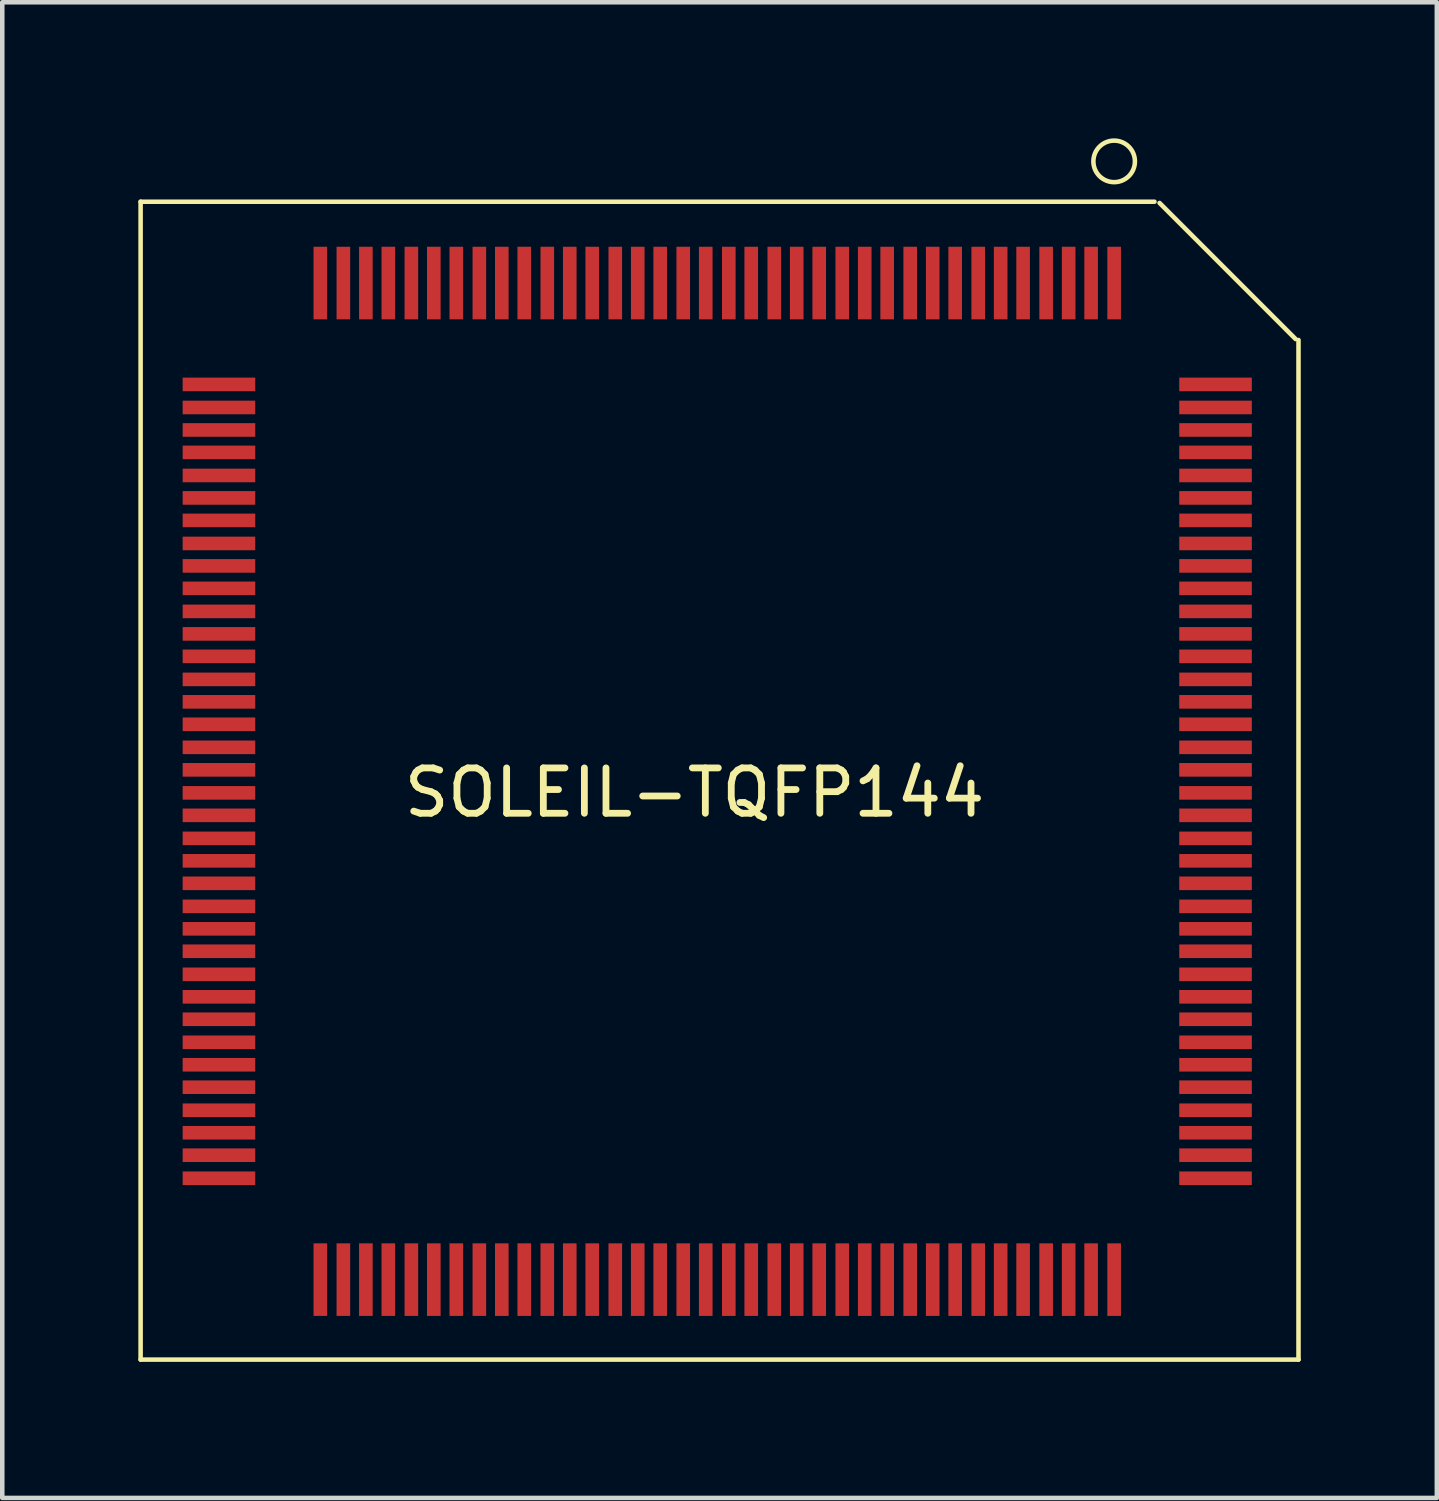
<source format=kicad_pcb>
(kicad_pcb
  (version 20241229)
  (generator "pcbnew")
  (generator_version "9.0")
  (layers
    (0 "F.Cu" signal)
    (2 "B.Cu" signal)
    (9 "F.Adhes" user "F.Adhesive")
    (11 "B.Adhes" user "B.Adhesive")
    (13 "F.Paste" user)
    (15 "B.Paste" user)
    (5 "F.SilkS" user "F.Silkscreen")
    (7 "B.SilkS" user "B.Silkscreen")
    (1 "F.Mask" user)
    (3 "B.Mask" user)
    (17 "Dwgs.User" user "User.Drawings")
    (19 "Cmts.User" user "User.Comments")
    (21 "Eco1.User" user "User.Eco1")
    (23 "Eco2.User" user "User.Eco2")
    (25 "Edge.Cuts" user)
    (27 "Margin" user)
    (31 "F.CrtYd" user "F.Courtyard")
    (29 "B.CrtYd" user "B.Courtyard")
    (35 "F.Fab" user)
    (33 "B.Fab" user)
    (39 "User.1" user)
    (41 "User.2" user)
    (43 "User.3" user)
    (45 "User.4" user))
  (footprint "SOLEIL-TQFP144"
    (layer "F.Cu")
    (at 21.513 3.175)
    (property "Reference" "SOLEIL-TQFP144" (at -9.251 11.25 0) (layer "F.SilkS") (effects (font (size 1 1) (thickness 0.15))))
    (attr smd)
    (fp_line (start -21.463 -1.778) (end -21.463 23.749) (stroke (width 0.1) (type solid)) (layer "F.SilkS"))
    (fp_line (start -21.463 -1.778) (end 0.889 -1.778) (stroke (width 0.1) (type solid)) (layer "F.SilkS"))
    (fp_line (start 4 1.25) (end 1.001 -1.75) (stroke (width 0.1) (type solid)) (layer "F.SilkS"))
    (fp_line (start 4.064 1.27) (end 4.064 23.749) (stroke (width 0.1) (type solid)) (layer "F.SilkS"))
    (fp_line (start 4.064 23.749) (end -21.463 23.749) (stroke (width 0.1) (type solid)) (layer "F.SilkS"))
    (fp_circle (center 0 -2.667) (end -0.381 -2.921) (stroke (width 0.1) (type solid)) (fill no) (layer "F.SilkS"))
    (pad "1" smd rect (at 0 0.015) (size 0.3 1.6) (layers "F.Cu" "F.Mask" "F.Paste"))
    (pad "2" smd rect (at -0.508 0.015) (size 0.3 1.6) (layers "F.Cu" "F.Mask" "F.Paste"))
    (pad "3" smd rect (at -1.003 0.015) (size 0.3 1.6) (layers "F.Cu" "F.Mask" "F.Paste"))
    (pad "4" smd rect (at -1.499 0.015) (size 0.3 1.6) (layers "F.Cu" "F.Mask" "F.Paste"))
    (pad "5" smd rect (at -2.007 0.015) (size 0.3 1.6) (layers "F.Cu" "F.Mask" "F.Paste"))
    (pad "6" smd rect (at -2.502 0.015) (size 0.3 1.6) (layers "F.Cu" "F.Mask" "F.Paste"))
    (pad "7" smd rect (at -2.997 0.015) (size 0.3 1.6) (layers "F.Cu" "F.Mask" "F.Paste"))
    (pad "8" smd rect (at -3.505 0.015) (size 0.3 1.6) (layers "F.Cu" "F.Mask" "F.Paste"))
    (pad "9" smd rect (at -4 0.015) (size 0.3 1.6) (layers "F.Cu" "F.Mask" "F.Paste"))
    (pad "10" smd rect (at -4.496 0.015) (size 0.3 1.6) (layers "F.Cu" "F.Mask" "F.Paste"))
    (pad "11" smd rect (at -5.004 0.015) (size 0.3 1.6) (layers "F.Cu" "F.Mask" "F.Paste"))
    (pad "12" smd rect (at -5.499 0.015) (size 0.3 1.6) (layers "F.Cu" "F.Mask" "F.Paste"))
    (pad "13" smd rect (at -5.994 0.015) (size 0.3 1.6) (layers "F.Cu" "F.Mask" "F.Paste"))
    (pad "14" smd rect (at -6.502 0.015) (size 0.3 1.6) (layers "F.Cu" "F.Mask" "F.Paste"))
    (pad "15" smd rect (at -6.998 0.015) (size 0.3 1.6) (layers "F.Cu" "F.Mask" "F.Paste"))
    (pad "16" smd rect (at -7.493 0.015) (size 0.3 1.6) (layers "F.Cu" "F.Mask" "F.Paste"))
    (pad "17" smd rect (at -8.001 0.015) (size 0.3 1.6) (layers "F.Cu" "F.Mask" "F.Paste"))
    (pad "18" smd rect (at -8.496 0.015) (size 0.3 1.6) (layers "F.Cu" "F.Mask" "F.Paste"))
    (pad "19" smd rect (at -9.004 0.015) (size 0.3 1.6) (layers "F.Cu" "F.Mask" "F.Paste"))
    (pad "20" smd rect (at -9.5 0.015) (size 0.3 1.6) (layers "F.Cu" "F.Mask" "F.Paste"))
    (pad "21" smd rect (at -10.008 0.015) (size 0.3 1.6) (layers "F.Cu" "F.Mask" "F.Paste"))
    (pad "22" smd rect (at -10.503 0.015) (size 0.3 1.6) (layers "F.Cu" "F.Mask" "F.Paste"))
    (pad "23" smd rect (at -10.998 0.015) (size 0.3 1.6) (layers "F.Cu" "F.Mask" "F.Paste"))
    (pad "24" smd rect (at -11.506 0.015) (size 0.3 1.6) (layers "F.Cu" "F.Mask" "F.Paste"))
    (pad "25" smd rect (at -12.002 0.015) (size 0.3 1.6) (layers "F.Cu" "F.Mask" "F.Paste"))
    (pad "26" smd rect (at -12.497 0.015) (size 0.3 1.6) (layers "F.Cu" "F.Mask" "F.Paste"))
    (pad "27" smd rect (at -13.005 0.015) (size 0.3 1.6) (layers "F.Cu" "F.Mask" "F.Paste"))
    (pad "28" smd rect (at -13.5 0.015) (size 0.3 1.6) (layers "F.Cu" "F.Mask" "F.Paste"))
    (pad "29" smd rect (at -13.995 0.015) (size 0.3 1.6) (layers "F.Cu" "F.Mask" "F.Paste"))
    (pad "30" smd rect (at -14.503 0.015) (size 0.3 1.6) (layers "F.Cu" "F.Mask" "F.Paste"))
    (pad "31" smd rect (at -14.999 0.015) (size 0.3 1.6) (layers "F.Cu" "F.Mask" "F.Paste"))
    (pad "32" smd rect (at -15.494 0.015) (size 0.3 1.6) (layers "F.Cu" "F.Mask" "F.Paste"))
    (pad "33" smd rect (at -16.002 0.015) (size 0.3 1.6) (layers "F.Cu" "F.Mask" "F.Paste"))
    (pad "34" smd rect (at -16.497 0.015) (size 0.3 1.6) (layers "F.Cu" "F.Mask" "F.Paste"))
    (pad "35" smd rect (at -16.993 0.015) (size 0.3 1.6) (layers "F.Cu" "F.Mask" "F.Paste"))
    (pad "36" smd rect (at -17.501 0.015) (size 0.3 1.6) (layers "F.Cu" "F.Mask" "F.Paste"))
    (pad "37" smd rect (at -19.736 2.25) (size 1.6 0.3) (layers "F.Cu" "F.Mask" "F.Paste"))
    (pad "38" smd rect (at -19.736 2.758) (size 1.6 0.3) (layers "F.Cu" "F.Mask" "F.Paste"))
    (pad "39" smd rect (at -19.736 3.254) (size 1.6 0.3) (layers "F.Cu" "F.Mask" "F.Paste"))
    (pad "40" smd rect (at -19.736 3.749) (size 1.6 0.3) (layers "F.Cu" "F.Mask" "F.Paste"))
    (pad "41" smd rect (at -19.736 4.257) (size 1.6 0.3) (layers "F.Cu" "F.Mask" "F.Paste"))
    (pad "42" smd rect (at -19.736 4.752) (size 1.6 0.3) (layers "F.Cu" "F.Mask" "F.Paste"))
    (pad "43" smd rect (at -19.736 5.248) (size 1.6 0.3) (layers "F.Cu" "F.Mask" "F.Paste"))
    (pad "44" smd rect (at -19.736 5.756) (size 1.6 0.3) (layers "F.Cu" "F.Mask" "F.Paste"))
    (pad "45" smd rect (at -19.736 6.251) (size 1.6 0.3) (layers "F.Cu" "F.Mask" "F.Paste"))
    (pad "46" smd rect (at -19.736 6.746) (size 1.6 0.3) (layers "F.Cu" "F.Mask" "F.Paste"))
    (pad "47" smd rect (at -19.736 7.254) (size 1.6 0.3) (layers "F.Cu" "F.Mask" "F.Paste"))
    (pad "48" smd rect (at -19.736 7.75) (size 1.6 0.3) (layers "F.Cu" "F.Mask" "F.Paste"))
    (pad "49" smd rect (at -19.736 8.245) (size 1.6 0.3) (layers "F.Cu" "F.Mask" "F.Paste"))
    (pad "50" smd rect (at -19.736 8.753) (size 1.6 0.3) (layers "F.Cu" "F.Mask" "F.Paste"))
    (pad "51" smd rect (at -19.736 9.248) (size 1.6 0.3) (layers "F.Cu" "F.Mask" "F.Paste"))
    (pad "52" smd rect (at -19.736 9.743) (size 1.6 0.3) (layers "F.Cu" "F.Mask" "F.Paste"))
    (pad "53" smd rect (at -19.736 10.251) (size 1.6 0.3) (layers "F.Cu" "F.Mask" "F.Paste"))
    (pad "54" smd rect (at -19.736 10.747) (size 1.6 0.3) (layers "F.Cu" "F.Mask" "F.Paste"))
    (pad "55" smd rect (at -19.736 11.255) (size 1.6 0.3) (layers "F.Cu" "F.Mask" "F.Paste"))
    (pad "56" smd rect (at -19.736 11.75) (size 1.6 0.3) (layers "F.Cu" "F.Mask" "F.Paste"))
    (pad "57" smd rect (at -19.736 12.258) (size 1.6 0.3) (layers "F.Cu" "F.Mask" "F.Paste"))
    (pad "58" smd rect (at -19.736 12.753) (size 1.6 0.3) (layers "F.Cu" "F.Mask" "F.Paste"))
    (pad "59" smd rect (at -19.736 13.249) (size 1.6 0.3) (layers "F.Cu" "F.Mask" "F.Paste"))
    (pad "60" smd rect (at -19.736 13.757) (size 1.6 0.3) (layers "F.Cu" "F.Mask" "F.Paste"))
    (pad "61" smd rect (at -19.736 14.252) (size 1.6 0.3) (layers "F.Cu" "F.Mask" "F.Paste"))
    (pad "62" smd rect (at -19.736 14.747) (size 1.6 0.3) (layers "F.Cu" "F.Mask" "F.Paste"))
    (pad "63" smd rect (at -19.736 15.255) (size 1.6 0.3) (layers "F.Cu" "F.Mask" "F.Paste"))
    (pad "64" smd rect (at -19.736 15.751) (size 1.6 0.3) (layers "F.Cu" "F.Mask" "F.Paste"))
    (pad "65" smd rect (at -19.736 16.246) (size 1.6 0.3) (layers "F.Cu" "F.Mask" "F.Paste"))
    (pad "66" smd rect (at -19.736 16.754) (size 1.6 0.3) (layers "F.Cu" "F.Mask" "F.Paste"))
    (pad "67" smd rect (at -19.736 17.249) (size 1.6 0.3) (layers "F.Cu" "F.Mask" "F.Paste"))
    (pad "68" smd rect (at -19.736 17.744) (size 1.6 0.3) (layers "F.Cu" "F.Mask" "F.Paste"))
    (pad "69" smd rect (at -19.736 18.252) (size 1.6 0.3) (layers "F.Cu" "F.Mask" "F.Paste"))
    (pad "70" smd rect (at -19.736 18.748) (size 1.6 0.3) (layers "F.Cu" "F.Mask" "F.Paste"))
    (pad "71" smd rect (at -19.736 19.243) (size 1.6 0.3) (layers "F.Cu" "F.Mask" "F.Paste"))
    (pad "72" smd rect (at -19.736 19.751) (size 1.6 0.3) (layers "F.Cu" "F.Mask" "F.Paste"))
    (pad "73" smd rect (at -17.501 21.986) (size 0.3 1.6) (layers "F.Cu" "F.Mask" "F.Paste"))
    (pad "74" smd rect (at -16.993 21.986) (size 0.3 1.6) (layers "F.Cu" "F.Mask" "F.Paste"))
    (pad "75" smd rect (at -16.497 21.986) (size 0.3 1.6) (layers "F.Cu" "F.Mask" "F.Paste"))
    (pad "76" smd rect (at -16.002 21.986) (size 0.3 1.6) (layers "F.Cu" "F.Mask" "F.Paste"))
    (pad "77" smd rect (at -15.494 21.986) (size 0.3 1.6) (layers "F.Cu" "F.Mask" "F.Paste"))
    (pad "78" smd rect (at -14.999 21.986) (size 0.3 1.6) (layers "F.Cu" "F.Mask" "F.Paste"))
    (pad "79" smd rect (at -14.503 21.986) (size 0.3 1.6) (layers "F.Cu" "F.Mask" "F.Paste"))
    (pad "80" smd rect (at -13.995 21.986) (size 0.3 1.6) (layers "F.Cu" "F.Mask" "F.Paste"))
    (pad "81" smd rect (at -13.5 21.986) (size 0.3 1.6) (layers "F.Cu" "F.Mask" "F.Paste"))
    (pad "82" smd rect (at -13.005 21.986) (size 0.3 1.6) (layers "F.Cu" "F.Mask" "F.Paste"))
    (pad "83" smd rect (at -12.497 21.986) (size 0.3 1.6) (layers "F.Cu" "F.Mask" "F.Paste"))
    (pad "84" smd rect (at -12.002 21.986) (size 0.3 1.6) (layers "F.Cu" "F.Mask" "F.Paste"))
    (pad "85" smd rect (at -11.506 21.986) (size 0.3 1.6) (layers "F.Cu" "F.Mask" "F.Paste"))
    (pad "86" smd rect (at -10.998 21.986) (size 0.3 1.6) (layers "F.Cu" "F.Mask" "F.Paste"))
    (pad "87" smd rect (at -10.503 21.986) (size 0.3 1.6) (layers "F.Cu" "F.Mask" "F.Paste"))
    (pad "88" smd rect (at -10.008 21.986) (size 0.3 1.6) (layers "F.Cu" "F.Mask" "F.Paste"))
    (pad "89" smd rect (at -9.5 21.986) (size 0.3 1.6) (layers "F.Cu" "F.Mask" "F.Paste"))
    (pad "90" smd rect (at -9.004 21.986) (size 0.3 1.6) (layers "F.Cu" "F.Mask" "F.Paste"))
    (pad "91" smd rect (at -8.496 21.986) (size 0.3 1.6) (layers "F.Cu" "F.Mask" "F.Paste"))
    (pad "92" smd rect (at -8.001 21.986) (size 0.3 1.6) (layers "F.Cu" "F.Mask" "F.Paste"))
    (pad "93" smd rect (at -7.493 21.986) (size 0.3 1.6) (layers "F.Cu" "F.Mask" "F.Paste"))
    (pad "94" smd rect (at -6.998 21.986) (size 0.3 1.6) (layers "F.Cu" "F.Mask" "F.Paste"))
    (pad "95" smd rect (at -6.502 21.986) (size 0.3 1.6) (layers "F.Cu" "F.Mask" "F.Paste"))
    (pad "96" smd rect (at -5.994 21.986) (size 0.3 1.6) (layers "F.Cu" "F.Mask" "F.Paste"))
    (pad "97" smd rect (at -5.499 21.986) (size 0.3 1.6) (layers "F.Cu" "F.Mask" "F.Paste"))
    (pad "98" smd rect (at -5.004 21.986) (size 0.3 1.6) (layers "F.Cu" "F.Mask" "F.Paste"))
    (pad "99" smd rect (at -4.496 21.986) (size 0.3 1.6) (layers "F.Cu" "F.Mask" "F.Paste"))
    (pad "100" smd rect (at -4 21.986) (size 0.3 1.6) (layers "F.Cu" "F.Mask" "F.Paste"))
    (pad "101" smd rect (at -3.505 21.986) (size 0.3 1.6) (layers "F.Cu" "F.Mask" "F.Paste"))
    (pad "102" smd rect (at -2.997 21.986) (size 0.3 1.6) (layers "F.Cu" "F.Mask" "F.Paste"))
    (pad "103" smd rect (at -2.502 21.986) (size 0.3 1.6) (layers "F.Cu" "F.Mask" "F.Paste"))
    (pad "104" smd rect (at -2.007 21.986) (size 0.3 1.6) (layers "F.Cu" "F.Mask" "F.Paste"))
    (pad "105" smd rect (at -1.499 21.986) (size 0.3 1.6) (layers "F.Cu" "F.Mask" "F.Paste"))
    (pad "106" smd rect (at -1.003 21.986) (size 0.3 1.6) (layers "F.Cu" "F.Mask" "F.Paste"))
    (pad "107" smd rect (at -0.508 21.986) (size 0.3 1.6) (layers "F.Cu" "F.Mask" "F.Paste"))
    (pad "108" smd rect (at 0 21.986) (size 0.3 1.6) (layers "F.Cu" "F.Mask" "F.Paste"))
    (pad "109" smd rect (at 2.235 19.751) (size 1.6 0.3) (layers "F.Cu" "F.Mask" "F.Paste"))
    (pad "110" smd rect (at 2.235 19.243) (size 1.6 0.3) (layers "F.Cu" "F.Mask" "F.Paste"))
    (pad "111" smd rect (at 2.235 18.748) (size 1.6 0.3) (layers "F.Cu" "F.Mask" "F.Paste"))
    (pad "112" smd rect (at 2.235 18.252) (size 1.6 0.3) (layers "F.Cu" "F.Mask" "F.Paste"))
    (pad "113" smd rect (at 2.235 17.744) (size 1.6 0.3) (layers "F.Cu" "F.Mask" "F.Paste"))
    (pad "114" smd rect (at 2.235 17.249) (size 1.6 0.3) (layers "F.Cu" "F.Mask" "F.Paste"))
    (pad "115" smd rect (at 2.235 16.754) (size 1.6 0.3) (layers "F.Cu" "F.Mask" "F.Paste"))
    (pad "116" smd rect (at 2.235 16.246) (size 1.6 0.3) (layers "F.Cu" "F.Mask" "F.Paste"))
    (pad "117" smd rect (at 2.235 15.751) (size 1.6 0.3) (layers "F.Cu" "F.Mask" "F.Paste"))
    (pad "118" smd rect (at 2.235 15.255) (size 1.6 0.3) (layers "F.Cu" "F.Mask" "F.Paste"))
    (pad "119" smd rect (at 2.235 14.747) (size 1.6 0.3) (layers "F.Cu" "F.Mask" "F.Paste"))
    (pad "120" smd rect (at 2.235 14.252) (size 1.6 0.3) (layers "F.Cu" "F.Mask" "F.Paste"))
    (pad "121" smd rect (at 2.235 13.757) (size 1.6 0.3) (layers "F.Cu" "F.Mask" "F.Paste"))
    (pad "122" smd rect (at 2.235 13.249) (size 1.6 0.3) (layers "F.Cu" "F.Mask" "F.Paste"))
    (pad "123" smd rect (at 2.235 12.753) (size 1.6 0.3) (layers "F.Cu" "F.Mask" "F.Paste"))
    (pad "124" smd rect (at 2.235 12.258) (size 1.6 0.3) (layers "F.Cu" "F.Mask" "F.Paste"))
    (pad "125" smd rect (at 2.235 11.75) (size 1.6 0.3) (layers "F.Cu" "F.Mask" "F.Paste"))
    (pad "126" smd rect (at 2.235 11.255) (size 1.6 0.3) (layers "F.Cu" "F.Mask" "F.Paste"))
    (pad "127" smd rect (at 2.235 10.747) (size 1.6 0.3) (layers "F.Cu" "F.Mask" "F.Paste"))
    (pad "128" smd rect (at 2.235 10.251) (size 1.6 0.3) (layers "F.Cu" "F.Mask" "F.Paste"))
    (pad "129" smd rect (at 2.235 9.743) (size 1.6 0.3) (layers "F.Cu" "F.Mask" "F.Paste"))
    (pad "130" smd rect (at 2.235 9.248) (size 1.6 0.3) (layers "F.Cu" "F.Mask" "F.Paste"))
    (pad "131" smd rect (at 2.235 8.753) (size 1.6 0.3) (layers "F.Cu" "F.Mask" "F.Paste"))
    (pad "132" smd rect (at 2.235 8.245) (size 1.6 0.3) (layers "F.Cu" "F.Mask" "F.Paste"))
    (pad "133" smd rect (at 2.235 7.75) (size 1.6 0.3) (layers "F.Cu" "F.Mask" "F.Paste"))
    (pad "134" smd rect (at 2.235 7.254) (size 1.6 0.3) (layers "F.Cu" "F.Mask" "F.Paste"))
    (pad "135" smd rect (at 2.235 6.746) (size 1.6 0.3) (layers "F.Cu" "F.Mask" "F.Paste"))
    (pad "136" smd rect (at 2.235 6.251) (size 1.6 0.3) (layers "F.Cu" "F.Mask" "F.Paste"))
    (pad "137" smd rect (at 2.235 5.756) (size 1.6 0.3) (layers "F.Cu" "F.Mask" "F.Paste"))
    (pad "138" smd rect (at 2.235 5.248) (size 1.6 0.3) (layers "F.Cu" "F.Mask" "F.Paste"))
    (pad "139" smd rect (at 2.235 4.752) (size 1.6 0.3) (layers "F.Cu" "F.Mask" "F.Paste"))
    (pad "140" smd rect (at 2.235 4.257) (size 1.6 0.3) (layers "F.Cu" "F.Mask" "F.Paste"))
    (pad "141" smd rect (at 2.235 3.749) (size 1.6 0.3) (layers "F.Cu" "F.Mask" "F.Paste"))
    (pad "142" smd rect (at 2.235 3.254) (size 1.6 0.3) (layers "F.Cu" "F.Mask" "F.Paste"))
    (pad "143" smd rect (at 2.235 2.758) (size 1.6 0.3) (layers "F.Cu" "F.Mask" "F.Paste"))
    (pad "144" smd rect (at 2.235 2.25) (size 1.6 0.3) (layers "F.Cu" "F.Mask" "F.Paste")))
  (gr_rect
    (start -3 -3)
    (end 28.627 29.974)
    (stroke (width 0.1) (type default))
    (fill no)
    (layer "Edge.Cuts")))
</source>
